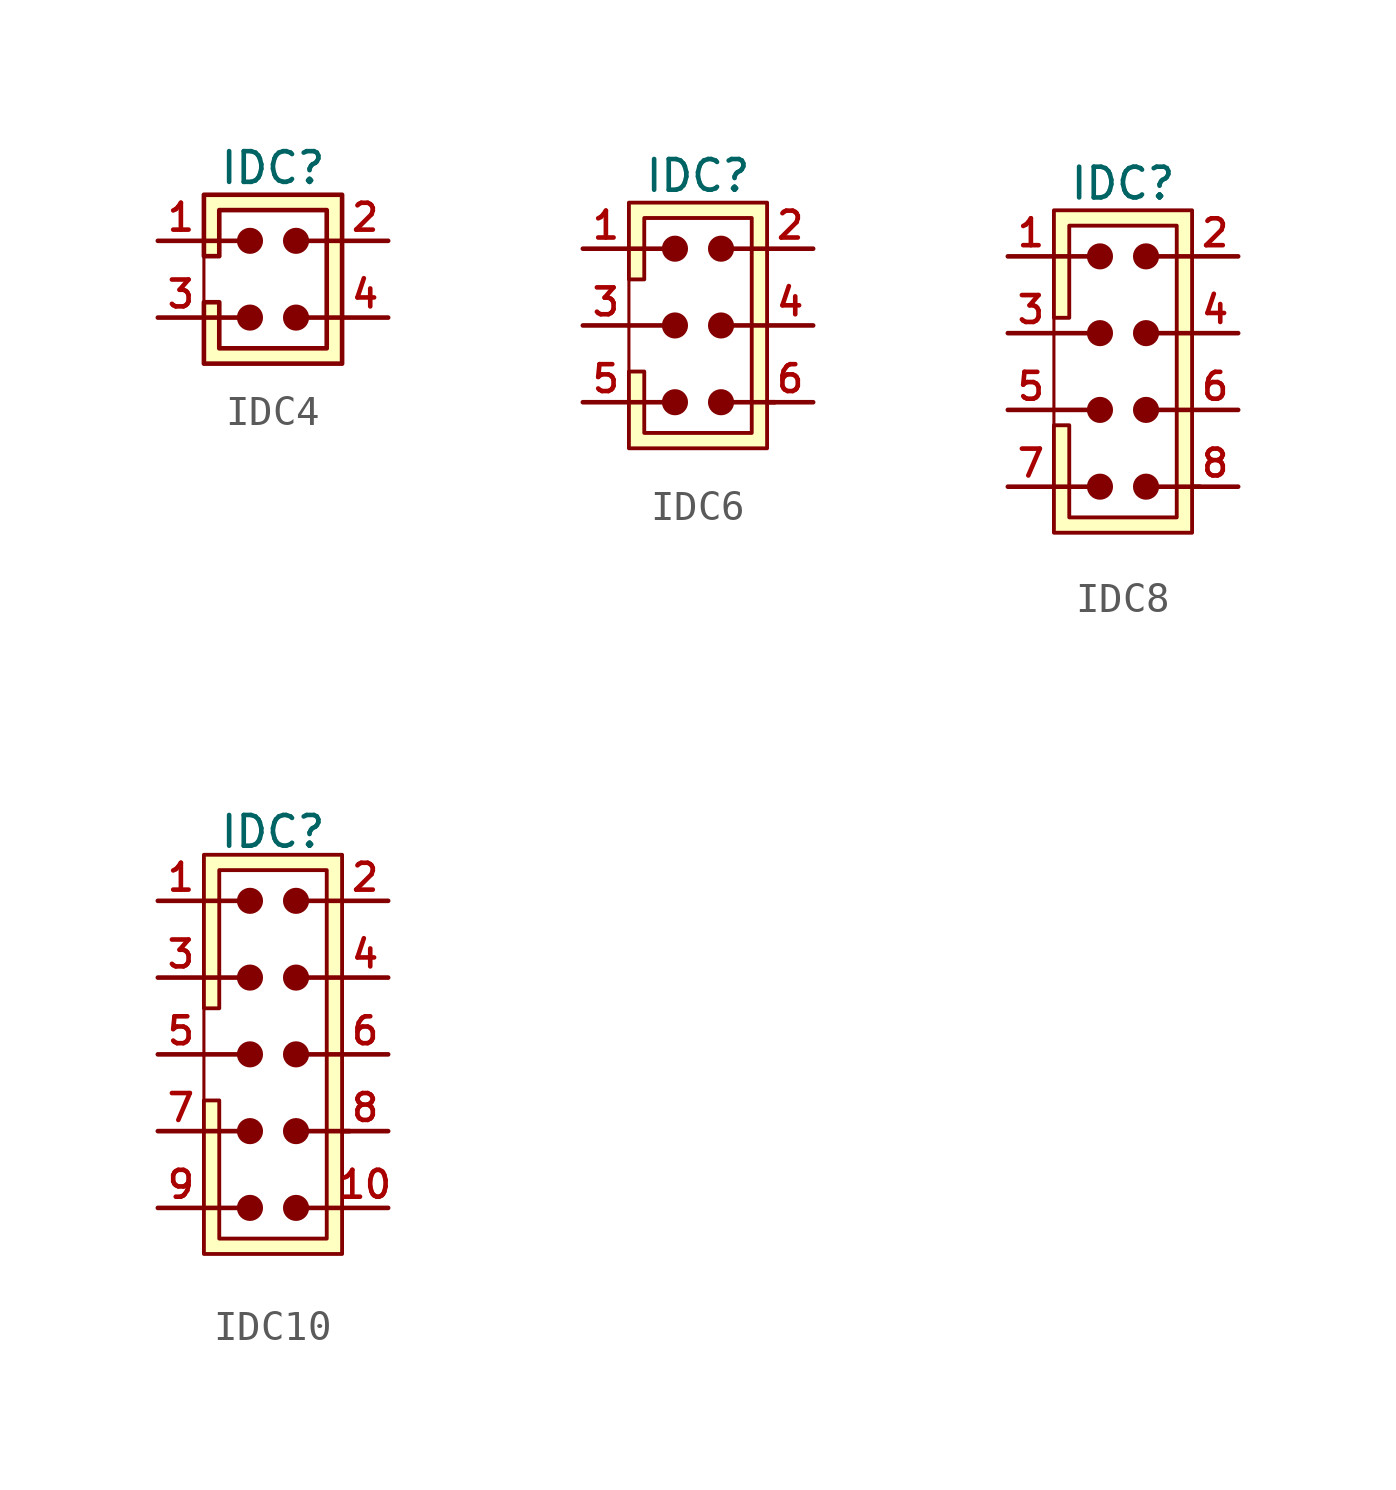
<source format=kicad_sym>
(kicad_symbol_lib
  (version 20220914)
  (generator kicad_symbol_editor)
  (symbol "IDC4"
    (pin_names
      (offset 1.524) hide)
    (property "Reference" "IDC"
      (at 0 3.683 0)
      (effects (font (size 1.016 1.016))))
    (symbol "IDC4_0_1"
      (circle (center -0.762 -1.27) (radius 0.356) (stroke (width 0) (type solid)) (fill (type outline)))
      (circle (center -0.762 1.27) (radius 0.356) (stroke (width 0) (type solid)) (fill (type outline)))
      (polyline (pts (xy -2.286 -1.27) (xy -0.762 -1.27)) (stroke (width 0) (type solid)) (fill (type none)))
      (polyline (pts (xy -2.286 -0.762) (xy -2.286 0.762)) (stroke (width 0.102) (type solid)) (fill (type none)))
      (polyline (pts (xy -2.286 1.27) (xy -0.762 1.27)) (stroke (width 0) (type solid)) (fill (type none)))
      (polyline (pts (xy 0.762 -1.27) (xy 2.286 -1.27)) (stroke (width 0) (type solid)) (fill (type none)))
      (polyline (pts (xy 0.762 1.27) (xy 2.286 1.27)) (stroke (width 0) (type solid)) (fill (type none)))
      (polyline (pts (xy -2.286 0.762) (xy -1.778 0.762) (xy -1.778 2.286) (xy 1.778 2.286) (xy 1.778 -2.286) (xy -1.778 -2.286) (xy -1.778 -0.762) (xy -2.286 -0.762) (xy -2.286 -2.794) (xy 2.286 -2.794) (xy 2.286 2.794) (xy -2.286 2.794) (xy -2.286 0.762)) (stroke (width 0) (type solid)) (fill (type background)))
      (circle (center 0.762 -1.27) (radius 0.356) (stroke (width 0) (type solid)) (fill (type outline)))
      (circle (center 0.762 1.27) (radius 0.356) (stroke (width 0) (type solid)) (fill (type outline))))
    (symbol "IDC4_1_1"
      (pin passive line (at -3.81 1.27 0) (length 1.524) (name "1" (effects (font (size 0.889 0.889)))) (number "1" (effects (font (size 0.889 0.889)))))
      (pin passive line (at 3.81 1.27 180) (length 1.524) (name "2" (effects (font (size 0.889 0.889)))) (number "2" (effects (font (size 0.889 0.889)))))
      (pin passive line (at -3.81 -1.27 0) (length 1.524) (name "3" (effects (font (size 0.889 0.889)))) (number "3" (effects (font (size 0.889 0.889)))))
      (pin passive line (at 3.81 -1.27 180) (length 1.524) (name "4" (effects (font (size 0.889 0.889)))) (number "4" (effects (font (size 0.889 0.889)))))))
  (symbol "IDC6"
    (pin_names
      (offset 1.524) hide)
    (property "Reference" "IDC"
      (at 0 4.953 0)
      (effects (font (size 1.016 1.016))))
    (symbol "IDC6_0_1"
      (circle (center -0.762 -2.54) (radius 0.356) (stroke (width 0) (type solid)) (fill (type outline)))
      (circle (center -0.762 0) (radius 0.356) (stroke (width 0) (type solid)) (fill (type outline)))
      (circle (center -0.762 2.54) (radius 0.356) (stroke (width 0) (type solid)) (fill (type outline)))
      (polyline (pts (xy -2.286 -2.54) (xy -0.762 -2.54)) (stroke (width 0) (type solid)) (fill (type none)))
      (polyline (pts (xy -2.286 0) (xy -0.762 0)) (stroke (width 0) (type solid)) (fill (type none)))
      (polyline (pts (xy -2.286 1.524) (xy -2.286 -1.524)) (stroke (width 0.102) (type solid)) (fill (type none)))
      (polyline (pts (xy -2.286 2.54) (xy -0.762 2.54)) (stroke (width 0) (type solid)) (fill (type none)))
      (polyline (pts (xy 0.762 -2.54) (xy 2.54 -2.54)) (stroke (width 0) (type solid)) (fill (type none)))
      (polyline (pts (xy 0.762 0) (xy 2.286 0)) (stroke (width 0) (type solid)) (fill (type none)))
      (polyline (pts (xy 0.762 2.54) (xy 2.286 2.54)) (stroke (width 0) (type solid)) (fill (type none)))
      (polyline (pts (xy -1.778 1.524) (xy -2.286 1.524) (xy -2.286 4.064) (xy 2.286 4.064) (xy 2.286 -4.064) (xy -2.286 -4.064) (xy -2.286 -1.524) (xy -1.778 -1.524) (xy -1.778 -3.556) (xy 1.778 -3.556) (xy 1.778 3.556) (xy -1.778 3.556) (xy -1.778 1.524)) (stroke (width 0.127) (type solid)) (fill (type background)))
      (circle (center 0.762 -2.54) (radius 0.356) (stroke (width 0) (type solid)) (fill (type outline)))
      (circle (center 0.762 0) (radius 0.356) (stroke (width 0) (type solid)) (fill (type outline)))
      (circle (center 0.762 2.54) (radius 0.356) (stroke (width 0) (type solid)) (fill (type outline))))
    (symbol "IDC6_1_1"
      (pin passive line (at -3.81 2.54 0) (length 1.524) (name "1" (effects (font (size 0.889 0.889)))) (number "1" (effects (font (size 0.889 0.889)))))
      (pin passive line (at 3.81 2.54 180) (length 1.524) (name "2" (effects (font (size 0.889 0.889)))) (number "2" (effects (font (size 0.889 0.889)))))
      (pin passive line (at -3.81 0 0) (length 1.524) (name "3" (effects (font (size 0.889 0.889)))) (number "3" (effects (font (size 0.889 0.889)))))
      (pin passive line (at 3.81 0 180) (length 1.524) (name "4" (effects (font (size 0.889 0.889)))) (number "4" (effects (font (size 0.889 0.889)))))
      (pin passive line (at -3.81 -2.54 0) (length 1.524) (name "5" (effects (font (size 0.889 0.889)))) (number "5" (effects (font (size 0.889 0.889)))))
      (pin passive line (at 3.81 -2.54 180) (length 1.524) (name "6" (effects (font (size 0.889 0.889)))) (number "6" (effects (font (size 0.889 0.889)))))))
  (symbol "IDC8"
    (pin_names
      (offset 1.524) hide)
    (property "Reference" "IDC"
      (at 0 6.223 0)
      (effects (font (size 1.016 1.016))))
    (symbol "IDC8_0_1"
      (circle (center -0.762 -3.81) (radius 0.356) (stroke (width 0) (type solid)) (fill (type outline)))
      (circle (center -0.762 -1.27) (radius 0.356) (stroke (width 0) (type solid)) (fill (type outline)))
      (circle (center -0.762 1.27) (radius 0.356) (stroke (width 0) (type solid)) (fill (type outline)))
      (circle (center -0.762 3.81) (radius 0.356) (stroke (width 0) (type solid)) (fill (type outline)))
      (polyline (pts (xy -2.286 -3.81) (xy -0.762 -3.81)) (stroke (width 0) (type solid)) (fill (type none)))
      (polyline (pts (xy -2.286 -1.27) (xy -0.762 -1.27)) (stroke (width 0) (type solid)) (fill (type none)))
      (polyline (pts (xy -2.286 1.27) (xy -0.762 1.27)) (stroke (width 0) (type solid)) (fill (type none)))
      (polyline (pts (xy -2.286 1.778) (xy -2.286 -1.778)) (stroke (width 0.102) (type solid)) (fill (type none)))
      (polyline (pts (xy -2.286 3.81) (xy -0.762 3.81)) (stroke (width 0) (type solid)) (fill (type none)))
      (polyline (pts (xy 0.762 -3.81) (xy 2.54 -3.81)) (stroke (width 0) (type solid)) (fill (type none)))
      (polyline (pts (xy 0.762 -1.27) (xy 2.286 -1.27)) (stroke (width 0) (type solid)) (fill (type none)))
      (polyline (pts (xy 0.762 1.27) (xy 2.286 1.27)) (stroke (width 0) (type solid)) (fill (type none)))
      (polyline (pts (xy 0.762 3.81) (xy 2.286 3.81)) (stroke (width 0) (type solid)) (fill (type none)))
      (polyline (pts (xy -1.778 1.778) (xy -2.286 1.778) (xy -2.286 5.334) (xy 2.286 5.334) (xy 2.286 -5.334) (xy -2.286 -5.334) (xy -2.286 -1.778) (xy -1.778 -1.778) (xy -1.778 -4.826) (xy 1.778 -4.826) (xy 1.778 4.826) (xy -1.778 4.826) (xy -1.778 1.778)) (stroke (width 0.127) (type solid)) (fill (type background)))
      (circle (center 0.762 -3.81) (radius 0.356) (stroke (width 0) (type solid)) (fill (type outline)))
      (circle (center 0.762 -1.27) (radius 0.356) (stroke (width 0) (type solid)) (fill (type outline)))
      (circle (center 0.762 1.27) (radius 0.356) (stroke (width 0) (type solid)) (fill (type outline)))
      (circle (center 0.762 3.81) (radius 0.356) (stroke (width 0) (type solid)) (fill (type outline))))
    (symbol "IDC8_1_1"
      (pin passive line (at -3.81 3.81 0) (length 1.524) (name "1" (effects (font (size 0.889 0.889)))) (number "1" (effects (font (size 0.889 0.889)))))
      (pin passive line (at 3.81 3.81 180) (length 1.524) (name "2" (effects (font (size 0.889 0.889)))) (number "2" (effects (font (size 0.889 0.889)))))
      (pin passive line (at -3.81 1.27 0) (length 1.524) (name "3" (effects (font (size 0.889 0.889)))) (number "3" (effects (font (size 0.889 0.889)))))
      (pin passive line (at 3.81 1.27 180) (length 1.524) (name "4" (effects (font (size 0.889 0.889)))) (number "4" (effects (font (size 0.889 0.889)))))
      (pin passive line (at -3.81 -1.27 0) (length 1.524) (name "5" (effects (font (size 0.889 0.889)))) (number "5" (effects (font (size 0.889 0.889)))))
      (pin passive line (at 3.81 -1.27 180) (length 1.524) (name "6" (effects (font (size 0.889 0.889)))) (number "6" (effects (font (size 0.889 0.889)))))
      (pin passive line (at -3.81 -3.81 0) (length 1.524) (name "7" (effects (font (size 0.889 0.889)))) (number "7" (effects (font (size 0.889 0.889)))))
      (pin passive line (at 3.81 -3.81 180) (length 1.524) (name "8" (effects (font (size 0.889 0.889)))) (number "8" (effects (font (size 0.889 0.889)))))))
  (symbol "IDC10"
    (pin_names
      (offset 1.524) hide)
    (property "Reference" "IDC"
      (at 0 7.366 0)
      (effects (font (size 1.016 1.016))))
    (symbol "IDC10_0_1"
      (circle (center -0.762 -5.08) (radius 0.356) (stroke (width 0) (type solid)) (fill (type outline)))
      (circle (center -0.762 -2.54) (radius 0.356) (stroke (width 0) (type solid)) (fill (type outline)))
      (circle (center -0.762 0) (radius 0.356) (stroke (width 0) (type solid)) (fill (type outline)))
      (circle (center -0.762 2.54) (radius 0.356) (stroke (width 0) (type solid)) (fill (type outline)))
      (circle (center -0.762 5.08) (radius 0.356) (stroke (width 0) (type solid)) (fill (type outline)))
      (polyline (pts (xy -2.286 -5.08) (xy -0.762 -5.08)) (stroke (width 0) (type solid)) (fill (type none)))
      (polyline (pts (xy -2.286 -2.54) (xy -0.762 -2.54)) (stroke (width 0) (type solid)) (fill (type none)))
      (polyline (pts (xy -2.286 0) (xy -0.762 0)) (stroke (width 0) (type solid)) (fill (type none)))
      (polyline (pts (xy -2.286 1.524) (xy -2.286 -1.524)) (stroke (width 0.102) (type solid)) (fill (type none)))
      (polyline (pts (xy -2.286 2.54) (xy -0.762 2.54)) (stroke (width 0) (type solid)) (fill (type none)))
      (polyline (pts (xy -2.286 5.08) (xy -0.762 5.08)) (stroke (width 0) (type solid)) (fill (type none)))
      (polyline (pts (xy 0.762 -5.08) (xy 2.286 -5.08)) (stroke (width 0) (type solid)) (fill (type none)))
      (polyline (pts (xy 0.762 -2.54) (xy 2.54 -2.54)) (stroke (width 0) (type solid)) (fill (type none)))
      (polyline (pts (xy 0.762 0) (xy 2.286 0)) (stroke (width 0) (type solid)) (fill (type none)))
      (polyline (pts (xy 0.762 2.54) (xy 2.286 2.54)) (stroke (width 0) (type solid)) (fill (type none)))
      (polyline (pts (xy 0.762 5.08) (xy 2.286 5.08)) (stroke (width 0) (type solid)) (fill (type none)))
      (polyline (pts (xy -1.778 1.524) (xy -2.286 1.524) (xy -2.286 6.604) (xy 2.286 6.604) (xy 2.286 -6.604) (xy -2.286 -6.604) (xy -2.286 -1.524) (xy -1.778 -1.524) (xy -1.778 -6.096) (xy 1.778 -6.096) (xy 1.778 6.096) (xy -1.778 6.096) (xy -1.778 1.524)) (stroke (width 0.127) (type solid)) (fill (type background)))
      (circle (center 0.762 -5.08) (radius 0.356) (stroke (width 0) (type solid)) (fill (type outline)))
      (circle (center 0.762 -2.54) (radius 0.356) (stroke (width 0) (type solid)) (fill (type outline)))
      (circle (center 0.762 0) (radius 0.356) (stroke (width 0) (type solid)) (fill (type outline)))
      (circle (center 0.762 2.54) (radius 0.356) (stroke (width 0) (type solid)) (fill (type outline)))
      (circle (center 0.762 5.08) (radius 0.356) (stroke (width 0) (type solid)) (fill (type outline))))
    (symbol "IDC10_1_1"
      (pin passive line (at -3.81 5.08 0) (length 1.524) (name "1" (effects (font (size 0.889 0.889)))) (number "1" (effects (font (size 0.889 0.889)))))
      (pin passive line (at 3.81 -5.08 180) (length 1.524) (name "10" (effects (font (size 0.889 0.889)))) (number "10" (effects (font (size 0.889 0.889)))))
      (pin passive line (at 3.81 5.08 180) (length 1.524) (name "2" (effects (font (size 0.889 0.889)))) (number "2" (effects (font (size 0.889 0.889)))))
      (pin passive line (at -3.81 2.54 0) (length 1.524) (name "3" (effects (font (size 0.889 0.889)))) (number "3" (effects (font (size 0.889 0.889)))))
      (pin passive line (at 3.81 2.54 180) (length 1.524) (name "4" (effects (font (size 0.889 0.889)))) (number "4" (effects (font (size 0.889 0.889)))))
      (pin passive line (at -3.81 0 0) (length 1.524) (name "5" (effects (font (size 0.889 0.889)))) (number "5" (effects (font (size 0.889 0.889)))))
      (pin passive line (at 3.81 0 180) (length 1.524) (name "6" (effects (font (size 0.889 0.889)))) (number "6" (effects (font (size 0.889 0.889)))))
      (pin passive line (at -3.81 -2.54 0) (length 1.524) (name "7" (effects (font (size 0.889 0.889)))) (number "7" (effects (font (size 0.889 0.889)))))
      (pin passive line (at 3.81 -2.54 180) (length 1.524) (name "8" (effects (font (size 0.889 0.889)))) (number "8" (effects (font (size 0.889 0.889)))))
      (pin passive line (at -3.81 -5.08 0) (length 1.524) (name "9" (effects (font (size 0.889 0.889)))) (number "9" (effects (font (size 0.889 0.889))))))))
</source>
